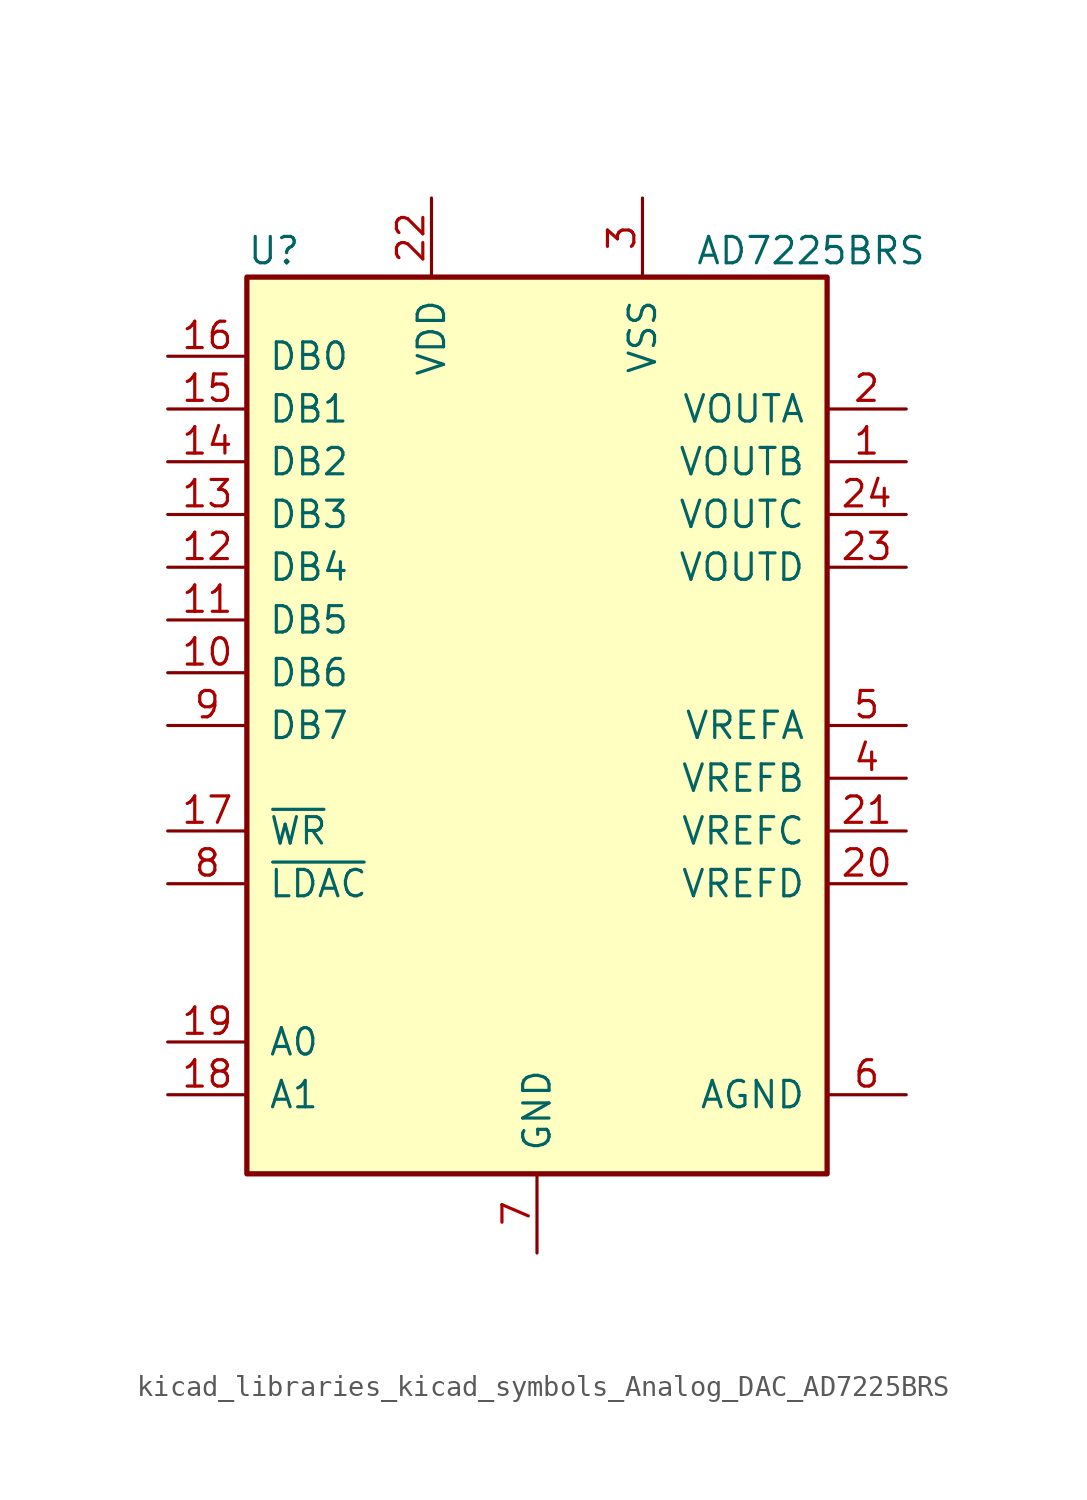
<source format=kicad_sym>
(kicad_symbol_lib
  (version 20220914)
  (generator kicad_symbol_editor)
  (symbol "kicad_libraries_kicad_symbols_Analog_DAC_AD7225BRS"
    (pin_names
      (offset 1.016))
    (property "Reference" "U"
      (at -13.97 22.86 0)
      (effects (font (size 1.27 1.27)) (justify left)))
    (property "Value" "AD7225BRS"
      (at 7.62 22.86 0)
      (effects (font (size 1.27 1.27)) (justify left)))
    (symbol "kicad_libraries_kicad_symbols_Analog_DAC_AD7225BRS_0_1"
      (rectangle (start -13.97 -21.59) (end 13.97 21.59) (stroke (width 0.254) (type default)) (fill (type background))))
    (symbol "kicad_libraries_kicad_symbols_Analog_DAC_AD7225BRS_1_1"
      (pin output line (at 17.78 12.7 180) (length 3.81) (name "VOUTB" (effects (font (size 1.27 1.27)))) (number "1" (effects (font (size 1.27 1.27)))))
      (pin input line (at -17.78 2.54 0) (length 3.81) (name "DB6" (effects (font (size 1.27 1.27)))) (number "10" (effects (font (size 1.27 1.27)))))
      (pin input line (at -17.78 5.08 0) (length 3.81) (name "DB5" (effects (font (size 1.27 1.27)))) (number "11" (effects (font (size 1.27 1.27)))))
      (pin input line (at -17.78 7.62 0) (length 3.81) (name "DB4" (effects (font (size 1.27 1.27)))) (number "12" (effects (font (size 1.27 1.27)))))
      (pin input line (at -17.78 10.16 0) (length 3.81) (name "DB3" (effects (font (size 1.27 1.27)))) (number "13" (effects (font (size 1.27 1.27)))))
      (pin input line (at -17.78 12.7 0) (length 3.81) (name "DB2" (effects (font (size 1.27 1.27)))) (number "14" (effects (font (size 1.27 1.27)))))
      (pin input line (at -17.78 15.24 0) (length 3.81) (name "DB1" (effects (font (size 1.27 1.27)))) (number "15" (effects (font (size 1.27 1.27)))))
      (pin input line (at -17.78 17.78 0) (length 3.81) (name "DB0" (effects (font (size 1.27 1.27)))) (number "16" (effects (font (size 1.27 1.27)))))
      (pin input line (at -17.78 -5.08 0) (length 3.81) (name "~{WR}" (effects (font (size 1.27 1.27)))) (number "17" (effects (font (size 1.27 1.27)))))
      (pin input line (at -17.78 -17.78 0) (length 3.81) (name "A1" (effects (font (size 1.27 1.27)))) (number "18" (effects (font (size 1.27 1.27)))))
      (pin input line (at -17.78 -15.24 0) (length 3.81) (name "A0" (effects (font (size 1.27 1.27)))) (number "19" (effects (font (size 1.27 1.27)))))
      (pin output line (at 17.78 15.24 180) (length 3.81) (name "VOUTA" (effects (font (size 1.27 1.27)))) (number "2" (effects (font (size 1.27 1.27)))))
      (pin input line (at 17.78 -7.62 180) (length 3.81) (name "VREFD" (effects (font (size 1.27 1.27)))) (number "20" (effects (font (size 1.27 1.27)))))
      (pin input line (at 17.78 -5.08 180) (length 3.81) (name "VREFC" (effects (font (size 1.27 1.27)))) (number "21" (effects (font (size 1.27 1.27)))))
      (pin power_in line (at -5.08 25.4 270) (length 3.81) (name "VDD" (effects (font (size 1.27 1.27)))) (number "22" (effects (font (size 1.27 1.27)))))
      (pin output line (at 17.78 7.62 180) (length 3.81) (name "VOUTD" (effects (font (size 1.27 1.27)))) (number "23" (effects (font (size 1.27 1.27)))))
      (pin output line (at 17.78 10.16 180) (length 3.81) (name "VOUTC" (effects (font (size 1.27 1.27)))) (number "24" (effects (font (size 1.27 1.27)))))
      (pin power_in line (at 5.08 25.4 270) (length 3.81) (name "VSS" (effects (font (size 1.27 1.27)))) (number "3" (effects (font (size 1.27 1.27)))))
      (pin input line (at 17.78 -2.54 180) (length 3.81) (name "VREFB" (effects (font (size 1.27 1.27)))) (number "4" (effects (font (size 1.27 1.27)))))
      (pin input line (at 17.78 0 180) (length 3.81) (name "VREFA" (effects (font (size 1.27 1.27)))) (number "5" (effects (font (size 1.27 1.27)))))
      (pin input line (at 17.78 -17.78 180) (length 3.81) (name "AGND" (effects (font (size 1.27 1.27)))) (number "6" (effects (font (size 1.27 1.27)))))
      (pin power_in line (at 0 -25.4 90) (length 3.81) (name "GND" (effects (font (size 1.27 1.27)))) (number "7" (effects (font (size 1.27 1.27)))))
      (pin input line (at -17.78 -7.62 0) (length 3.81) (name "~{LDAC}" (effects (font (size 1.27 1.27)))) (number "8" (effects (font (size 1.27 1.27)))))
      (pin input line (at -17.78 0 0) (length 3.81) (name "DB7" (effects (font (size 1.27 1.27)))) (number "9" (effects (font (size 1.27 1.27))))))))
</source>
